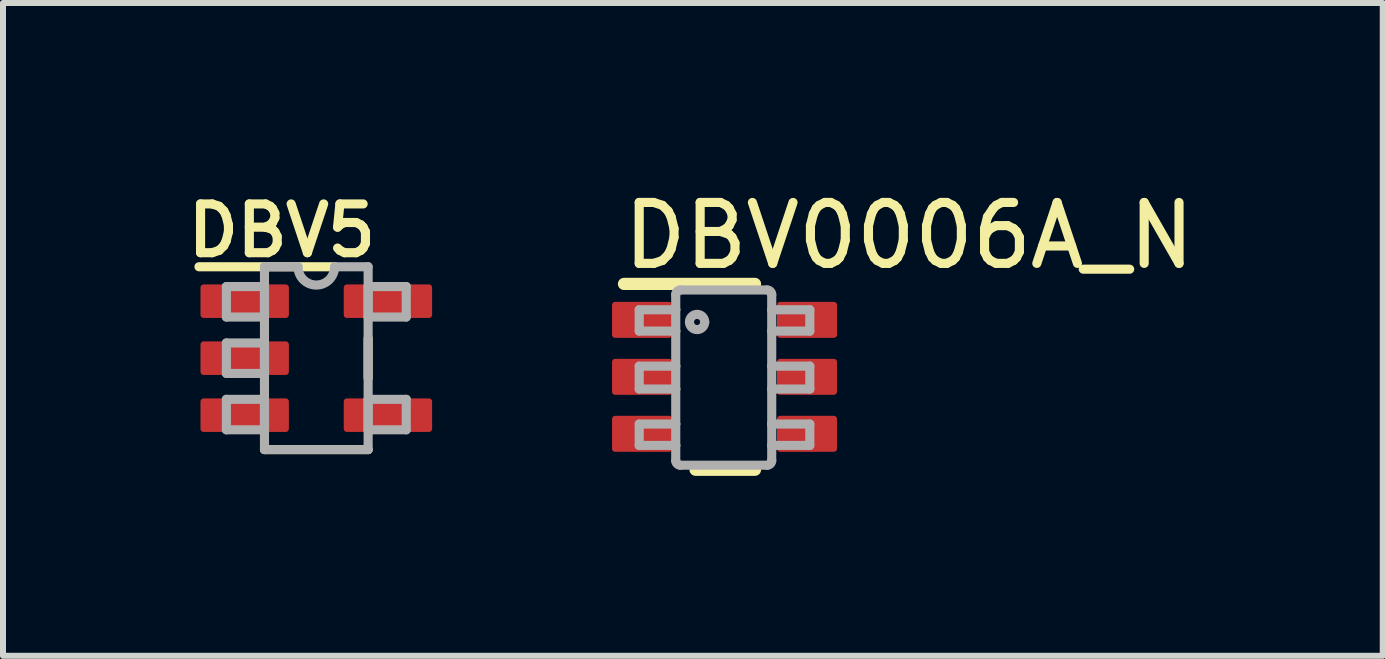
<source format=kicad_pcb>
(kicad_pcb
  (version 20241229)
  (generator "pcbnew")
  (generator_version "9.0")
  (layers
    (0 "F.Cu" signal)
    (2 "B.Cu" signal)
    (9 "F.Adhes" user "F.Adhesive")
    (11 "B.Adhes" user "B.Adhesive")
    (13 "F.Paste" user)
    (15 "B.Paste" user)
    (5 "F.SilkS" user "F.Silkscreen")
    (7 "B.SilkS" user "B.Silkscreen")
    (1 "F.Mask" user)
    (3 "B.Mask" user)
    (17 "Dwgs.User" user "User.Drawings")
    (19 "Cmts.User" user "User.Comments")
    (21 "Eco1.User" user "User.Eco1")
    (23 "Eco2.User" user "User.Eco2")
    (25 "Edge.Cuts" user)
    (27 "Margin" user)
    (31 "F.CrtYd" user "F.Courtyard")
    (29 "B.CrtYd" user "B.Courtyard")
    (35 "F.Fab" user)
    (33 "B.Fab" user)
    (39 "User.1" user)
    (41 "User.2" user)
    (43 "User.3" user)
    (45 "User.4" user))
  (footprint "DBV0006A_N"
    (layer "F.Cu")
    (at 9.028 3.232)
    (property "Reference" "DBV0006A_N" (at -1.764 -1.759 180) (layer "F.SilkS") (effects (font (size 1.016 1.016) (thickness 0.152)) (justify left bottom)))
    (attr smd)
    (fp_line (start -1.676 -1.549) (end 0.508 -1.549) (stroke (width 0.203) (type solid)) (layer "F.SilkS"))
    (fp_line (start -0.483 1.549) (end 0.508 1.549) (stroke (width 0.203) (type solid)) (layer "F.SilkS"))
    (fp_line (start -1.422 -1.118) (end -0.813 -1.118) (stroke (width 0.152) (type solid)) (layer "F.Fab"))
    (fp_line (start -1.422 -0.762) (end -1.422 -1.118) (stroke (width 0.152) (type solid)) (layer "F.Fab"))
    (fp_line (start -1.422 -0.762) (end -0.813 -0.762) (stroke (width 0.152) (type solid)) (layer "F.Fab"))
    (fp_line (start -1.422 -0.178) (end -0.813 -0.178) (stroke (width 0.152) (type solid)) (layer "F.Fab"))
    (fp_line (start -1.422 0.203) (end -1.422 -0.178) (stroke (width 0.152) (type solid)) (layer "F.Fab"))
    (fp_line (start -1.422 0.203) (end -0.813 0.203) (stroke (width 0.152) (type solid)) (layer "F.Fab"))
    (fp_line (start -1.422 0.787) (end -0.813 0.787) (stroke (width 0.152) (type solid)) (layer "F.Fab"))
    (fp_line (start -1.422 1.143) (end -1.422 0.787) (stroke (width 0.152) (type solid)) (layer "F.Fab"))
    (fp_line (start -1.422 1.143) (end -0.813 1.143) (stroke (width 0.152) (type solid)) (layer "F.Fab"))
    (fp_line (start -0.813 -1.118) (end -0.813 -1.372) (stroke (width 0.152) (type solid)) (layer "F.Fab"))
    (fp_line (start -0.813 -0.762) (end -0.813 -1.118) (stroke (width 0.152) (type solid)) (layer "F.Fab"))
    (fp_line (start -0.813 -0.178) (end -0.813 -0.762) (stroke (width 0.152) (type solid)) (layer "F.Fab"))
    (fp_line (start -0.813 0.203) (end -0.813 -0.178) (stroke (width 0.152) (type solid)) (layer "F.Fab"))
    (fp_line (start -0.813 0.787) (end -0.813 0.203) (stroke (width 0.152) (type solid)) (layer "F.Fab"))
    (fp_line (start -0.813 1.143) (end -0.813 0.787) (stroke (width 0.152) (type solid)) (layer "F.Fab"))
    (fp_line (start -0.813 1.397) (end -0.813 1.143) (stroke (width 0.152) (type solid)) (layer "F.Fab"))
    (fp_line (start -0.737 -1.448) (end 0.711 -1.448) (stroke (width 0.152) (type solid)) (layer "F.Fab"))
    (fp_line (start -0.737 1.473) (end 0.711 1.473) (stroke (width 0.152) (type solid)) (layer "F.Fab"))
    (fp_line (start 0.787 -1.118) (end 0.787 -1.372) (stroke (width 0.152) (type solid)) (layer "F.Fab"))
    (fp_line (start 0.787 -1.118) (end 1.422 -1.118) (stroke (width 0.152) (type solid)) (layer "F.Fab"))
    (fp_line (start 0.787 -0.762) (end 0.787 -1.118) (stroke (width 0.152) (type solid)) (layer "F.Fab"))
    (fp_line (start 0.787 -0.762) (end 1.422 -0.762) (stroke (width 0.152) (type solid)) (layer "F.Fab"))
    (fp_line (start 0.787 -0.178) (end 0.787 -0.762) (stroke (width 0.152) (type solid)) (layer "F.Fab"))
    (fp_line (start 0.787 -0.178) (end 1.422 -0.178) (stroke (width 0.152) (type solid)) (layer "F.Fab"))
    (fp_line (start 0.787 0.203) (end 0.787 -0.178) (stroke (width 0.152) (type solid)) (layer "F.Fab"))
    (fp_line (start 0.787 0.203) (end 1.422 0.203) (stroke (width 0.152) (type solid)) (layer "F.Fab"))
    (fp_line (start 0.787 0.787) (end 0.787 0.203) (stroke (width 0.152) (type solid)) (layer "F.Fab"))
    (fp_line (start 0.787 0.787) (end 1.422 0.787) (stroke (width 0.152) (type solid)) (layer "F.Fab"))
    (fp_line (start 0.787 1.143) (end 0.787 0.787) (stroke (width 0.152) (type solid)) (layer "F.Fab"))
    (fp_line (start 0.787 1.143) (end 1.422 1.143) (stroke (width 0.152) (type solid)) (layer "F.Fab"))
    (fp_line (start 0.787 1.397) (end 0.787 1.143) (stroke (width 0.152) (type solid)) (layer "F.Fab"))
    (fp_line (start 1.422 -0.762) (end 1.422 -1.118) (stroke (width 0.152) (type solid)) (layer "F.Fab"))
    (fp_line (start 1.422 0.203) (end 1.422 -0.178) (stroke (width 0.152) (type solid)) (layer "F.Fab"))
    (fp_line (start 1.422 1.143) (end 1.422 0.787) (stroke (width 0.152) (type solid)) (layer "F.Fab"))
    (fp_arc (start -0.8128 -1.3716) (mid -0.790287 -1.425287) (end -0.7366 -1.4478) (stroke (width 0.1524) (type solid)) (layer "F.Fab"))
    (fp_arc (start -0.7366 1.4732) (mid -0.790287 1.450687) (end -0.8128 1.397) (stroke (width 0.1524) (type solid)) (layer "F.Fab"))
    (fp_arc (start -0.5842 -0.9144) (mid -0.4572 -1.0414) (end -0.3302 -0.9144) (stroke (width 0.1524) (type solid)) (layer "F.Fab"))
    (fp_arc (start -0.3302 -0.9144) (mid -0.4572 -0.7874) (end -0.5842 -0.9144) (stroke (width 0.1524) (type solid)) (layer "F.Fab"))
    (fp_arc (start 0.7112 -1.4478) (mid 0.764879 -1.425279) (end 0.7874 -1.3716) (stroke (width 0.1524) (type solid)) (layer "F.Fab"))
    (fp_arc (start 0.7874 1.397) (mid 0.764887 1.450687) (end 0.7112 1.4732) (stroke (width 0.1524) (type solid)) (layer "F.Fab"))
    (pad "1" smd roundrect (at -1.375 -0.95 90) (size 0.6 1) (layers "F.Cu" "F.Mask" "F.Paste") (roundrect_rratio 0.085))
    (pad "2" smd roundrect (at -1.375 0 90) (size 0.6 1) (layers "F.Cu" "F.Mask" "F.Paste") (roundrect_rratio 0.085))
    (pad "3" smd roundrect (at -1.375 0.95 90) (size 0.6 1) (layers "F.Cu" "F.Mask" "F.Paste") (roundrect_rratio 0.085))
    (pad "4" smd roundrect (at 1.375 0.95 90) (size 0.6 1) (layers "F.Cu" "F.Mask" "F.Paste") (roundrect_rratio 0.085))
    (pad "5" smd roundrect (at 1.375 0 90) (size 0.6 1) (layers "F.Cu" "F.Mask" "F.Paste") (roundrect_rratio 0.085))
    (pad "6" smd roundrect (at 1.375 -0.95 90) (size 0.6 1) (layers "F.Cu" "F.Mask" "F.Paste") (roundrect_rratio 0.085)))
  (footprint "DBV5"
    (layer "F.Cu")
    (at 2.223 2.921)
    (property "Reference" "DBV5" (at -2.223 -1.651 0) (layer "F.SilkS") (effects (font (size 0.813 0.813) (thickness 0.152) (bold yes)) (justify left bottom)))
    (attr smd)
    (fp_line (start -0.864 1.524) (end 0.864 1.524) (stroke (width 0.152) (type solid)) (layer "F.SilkS"))
    (fp_line (start 0.305 -1.524) (end -1.956 -1.524) (stroke (width 0.152) (type solid)) (layer "F.SilkS"))
    (fp_line (start 0.864 0.33) (end 0.864 -0.33) (stroke (width 0.152) (type solid)) (layer "F.SilkS"))
    (fp_line (start -1.499 -1.194) (end -1.499 -0.686) (stroke (width 0.152) (type solid)) (layer "F.Fab"))
    (fp_line (start -1.499 -0.686) (end -0.864 -0.686) (stroke (width 0.152) (type solid)) (layer "F.Fab"))
    (fp_line (start -1.499 -0.254) (end -1.499 0.254) (stroke (width 0.152) (type solid)) (layer "F.Fab"))
    (fp_line (start -1.499 0.254) (end -0.864 0.254) (stroke (width 0.152) (type solid)) (layer "F.Fab"))
    (fp_line (start -1.499 0.686) (end -1.499 1.194) (stroke (width 0.152) (type solid)) (layer "F.Fab"))
    (fp_line (start -1.499 1.194) (end -0.864 1.194) (stroke (width 0.152) (type solid)) (layer "F.Fab"))
    (fp_line (start -0.864 -1.524) (end -0.864 1.524) (stroke (width 0.152) (type solid)) (layer "F.Fab"))
    (fp_line (start -0.864 -1.194) (end -1.499 -1.194) (stroke (width 0.152) (type solid)) (layer "F.Fab"))
    (fp_line (start -0.864 -0.686) (end -0.864 -1.194) (stroke (width 0.152) (type solid)) (layer "F.Fab"))
    (fp_line (start -0.864 -0.254) (end -1.499 -0.254) (stroke (width 0.152) (type solid)) (layer "F.Fab"))
    (fp_line (start -0.864 0.254) (end -0.864 -0.254) (stroke (width 0.152) (type solid)) (layer "F.Fab"))
    (fp_line (start -0.864 0.686) (end -1.499 0.686) (stroke (width 0.152) (type solid)) (layer "F.Fab"))
    (fp_line (start -0.864 1.194) (end -0.864 0.686) (stroke (width 0.152) (type solid)) (layer "F.Fab"))
    (fp_line (start -0.864 1.524) (end 0.864 1.524) (stroke (width 0.152) (type solid)) (layer "F.Fab"))
    (fp_line (start -0.305 -1.524) (end -0.864 -1.524) (stroke (width 0.152) (type solid)) (layer "F.Fab"))
    (fp_line (start 0.305 -1.524) (end 0.864 -1.524) (stroke (width 0.152) (type solid)) (layer "F.Fab"))
    (fp_line (start 0.864 -1.194) (end 0.864 -0.686) (stroke (width 0.152) (type solid)) (layer "F.Fab"))
    (fp_line (start 0.864 -0.686) (end 1.499 -0.686) (stroke (width 0.152) (type solid)) (layer "F.Fab"))
    (fp_line (start 0.864 0.686) (end 0.864 1.194) (stroke (width 0.152) (type solid)) (layer "F.Fab"))
    (fp_line (start 0.864 1.194) (end 1.499 1.194) (stroke (width 0.152) (type solid)) (layer "F.Fab"))
    (fp_line (start 0.864 1.524) (end 0.864 -1.524) (stroke (width 0.152) (type solid)) (layer "F.Fab"))
    (fp_line (start 1.499 -1.194) (end 0.864 -1.194) (stroke (width 0.152) (type solid)) (layer "F.Fab"))
    (fp_line (start 1.499 -0.686) (end 1.499 -1.194) (stroke (width 0.152) (type solid)) (layer "F.Fab"))
    (fp_line (start 1.499 0.686) (end 0.864 0.686) (stroke (width 0.152) (type solid)) (layer "F.Fab"))
    (fp_line (start 1.499 1.194) (end 1.499 0.686) (stroke (width 0.152) (type solid)) (layer "F.Fab"))
    (fp_arc (start 0.3048 -1.524) (mid 0 -1.2192) (end -0.3048 -1.524) (stroke (width 0.1524) (type solid)) (layer "F.Fab"))
    (pad "1" smd roundrect (at -1.194 -0.95) (size 1.473 0.559) (layers "F.Cu" "F.Mask" "F.Paste") (roundrect_rratio 0.091))
    (pad "2" smd roundrect (at -1.194 0) (size 1.473 0.559) (layers "F.Cu" "F.Mask" "F.Paste") (roundrect_rratio 0.091))
    (pad "3" smd roundrect (at -1.194 0.95) (size 1.473 0.559) (layers "F.Cu" "F.Mask" "F.Paste") (roundrect_rratio 0.091))
    (pad "4" smd roundrect (at 1.194 0.95) (size 1.473 0.559) (layers "F.Cu" "F.Mask" "F.Paste") (roundrect_rratio 0.091))
    (pad "5" smd roundrect (at 1.194 -0.95) (size 1.473 0.559) (layers "F.Cu" "F.Mask" "F.Paste") (roundrect_rratio 0.091)))
  (gr_rect
    (start -3 -3)
    (end 20.001 7.883)
    (stroke (width 0.1) (type default))
    (fill no)
    (layer "Edge.Cuts")))
</source>
